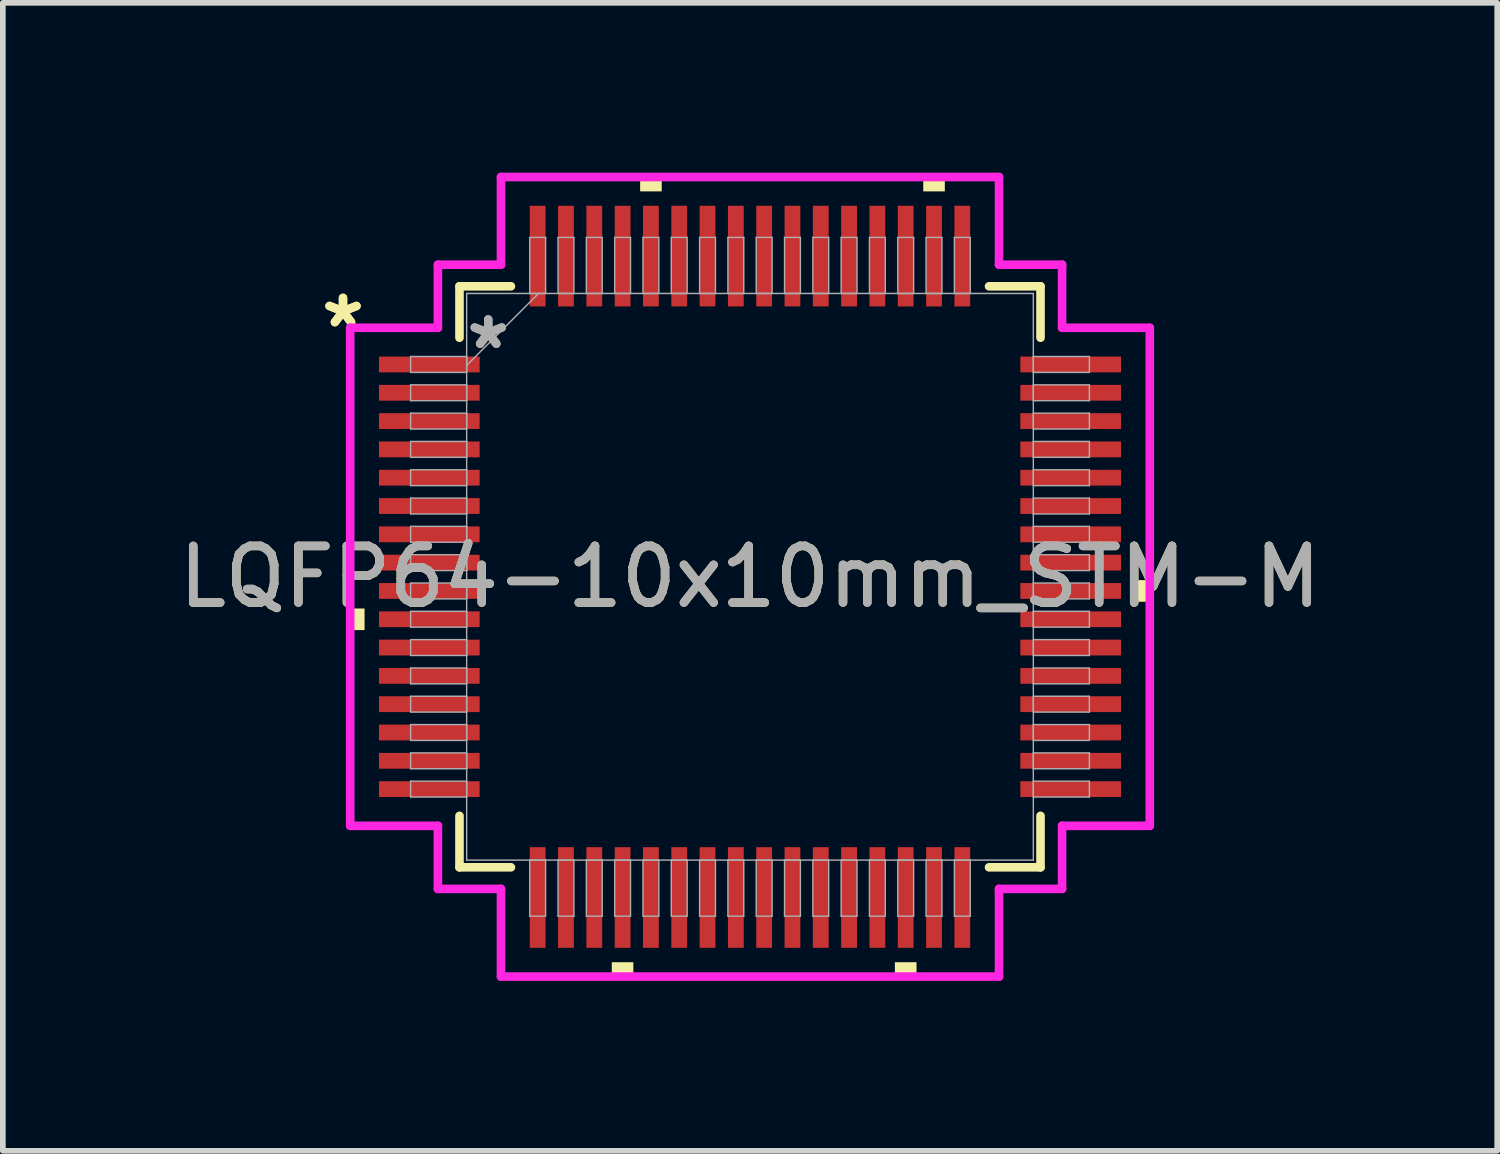
<source format=kicad_pcb>
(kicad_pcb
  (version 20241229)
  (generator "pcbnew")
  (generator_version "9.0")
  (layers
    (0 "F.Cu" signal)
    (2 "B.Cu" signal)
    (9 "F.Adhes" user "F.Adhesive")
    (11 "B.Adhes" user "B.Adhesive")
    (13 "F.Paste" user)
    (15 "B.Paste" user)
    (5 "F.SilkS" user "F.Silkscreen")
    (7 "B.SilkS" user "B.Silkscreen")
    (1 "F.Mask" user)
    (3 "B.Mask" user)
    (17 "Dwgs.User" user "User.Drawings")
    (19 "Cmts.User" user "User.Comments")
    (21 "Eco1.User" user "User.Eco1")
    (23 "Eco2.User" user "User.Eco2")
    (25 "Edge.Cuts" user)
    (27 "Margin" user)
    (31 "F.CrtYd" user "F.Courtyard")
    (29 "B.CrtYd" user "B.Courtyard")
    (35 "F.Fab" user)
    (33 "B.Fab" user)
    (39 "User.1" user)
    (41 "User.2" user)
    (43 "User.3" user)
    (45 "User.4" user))
  (footprint "LQFP64-10x10mm_STM-M"
    (layer "F.Cu")
    (at 10.196 7.137)
    (property "Reference" "LQFP64-10x10mm_STM-M" (at 0 0 0) (unlocked yes) (layer "F.SilkS") (effects (font (size 1 1) (thickness 0.15))))
    (attr smd)
    (fp_line (start -5.131 -5.131) (end -5.131 -4.222) (stroke (width 0.152) (type solid)) (layer "F.SilkS"))
    (fp_line (start -5.131 4.222) (end -5.131 5.131) (stroke (width 0.152) (type solid)) (layer "F.SilkS"))
    (fp_line (start -5.131 5.131) (end -4.222 5.131) (stroke (width 0.152) (type solid)) (layer "F.SilkS"))
    (fp_line (start -4.222 -5.131) (end -5.131 -5.131) (stroke (width 0.152) (type solid)) (layer "F.SilkS"))
    (fp_line (start 4.222 5.131) (end 5.131 5.131) (stroke (width 0.152) (type solid)) (layer "F.SilkS"))
    (fp_line (start 5.131 -5.131) (end 4.222 -5.131) (stroke (width 0.152) (type solid)) (layer "F.SilkS"))
    (fp_line (start 5.131 -4.222) (end 5.131 -5.131) (stroke (width 0.152) (type solid)) (layer "F.SilkS"))
    (fp_line (start 5.131 5.131) (end 5.131 4.222) (stroke (width 0.152) (type solid)) (layer "F.SilkS"))
    (fp_poly (pts (xy -7.061 0.56) (xy -7.061 0.941) (xy -6.807 0.941) (xy -6.807 0.56)) (stroke (width 0) (type solid)) (fill yes) (layer "F.SilkS"))
    (fp_poly (pts (xy -2.441 6.807) (xy -2.441 7.061) (xy -2.06 7.061) (xy -2.06 6.807)) (stroke (width 0) (type solid)) (fill yes) (layer "F.SilkS"))
    (fp_poly (pts (xy -1.94 -6.807) (xy -1.94 -7.061) (xy -1.559 -7.061) (xy -1.559 -6.807)) (stroke (width 0) (type solid)) (fill yes) (layer "F.SilkS"))
    (fp_poly (pts (xy 2.559 6.807) (xy 2.559 7.061) (xy 2.941 7.061) (xy 2.941 6.807)) (stroke (width 0) (type solid)) (fill yes) (layer "F.SilkS"))
    (fp_poly (pts (xy 3.06 -6.807) (xy 3.06 -7.061) (xy 3.441 -7.061) (xy 3.441 -6.807)) (stroke (width 0) (type solid)) (fill yes) (layer "F.SilkS"))
    (fp_poly (pts (xy 7.061 0.059) (xy 7.061 0.441) (xy 6.807 0.441) (xy 6.807 0.059)) (stroke (width 0) (type solid)) (fill yes) (layer "F.SilkS"))
    (fp_line (start -7.061 -4.398) (end -5.512 -4.398) (stroke (width 0.152) (type solid)) (layer "F.CrtYd"))
    (fp_line (start -7.061 4.398) (end -7.061 -4.398) (stroke (width 0.152) (type solid)) (layer "F.CrtYd"))
    (fp_line (start -5.512 -5.512) (end -4.398 -5.512) (stroke (width 0.152) (type solid)) (layer "F.CrtYd"))
    (fp_line (start -5.512 -4.398) (end -5.512 -5.512) (stroke (width 0.152) (type solid)) (layer "F.CrtYd"))
    (fp_line (start -5.512 4.398) (end -7.061 4.398) (stroke (width 0.152) (type solid)) (layer "F.CrtYd"))
    (fp_line (start -5.512 5.512) (end -5.512 4.398) (stroke (width 0.152) (type solid)) (layer "F.CrtYd"))
    (fp_line (start -5.512 5.512) (end -4.398 5.512) (stroke (width 0.152) (type solid)) (layer "F.CrtYd"))
    (fp_line (start -4.398 -7.061) (end 4.398 -7.061) (stroke (width 0.152) (type solid)) (layer "F.CrtYd"))
    (fp_line (start -4.398 -5.512) (end -4.398 -7.061) (stroke (width 0.152) (type solid)) (layer "F.CrtYd"))
    (fp_line (start -4.398 5.512) (end -4.398 7.061) (stroke (width 0.152) (type solid)) (layer "F.CrtYd"))
    (fp_line (start -4.398 7.061) (end 4.398 7.061) (stroke (width 0.152) (type solid)) (layer "F.CrtYd"))
    (fp_line (start 4.398 -7.061) (end 4.398 -5.512) (stroke (width 0.152) (type solid)) (layer "F.CrtYd"))
    (fp_line (start 4.398 -5.512) (end 5.512 -5.512) (stroke (width 0.152) (type solid)) (layer "F.CrtYd"))
    (fp_line (start 4.398 5.512) (end 5.512 5.512) (stroke (width 0.152) (type solid)) (layer "F.CrtYd"))
    (fp_line (start 4.398 7.061) (end 4.398 5.512) (stroke (width 0.152) (type solid)) (layer "F.CrtYd"))
    (fp_line (start 5.512 -4.398) (end 5.512 -5.512) (stroke (width 0.152) (type solid)) (layer "F.CrtYd"))
    (fp_line (start 5.512 4.398) (end 7.061 4.398) (stroke (width 0.152) (type solid)) (layer "F.CrtYd"))
    (fp_line (start 5.512 5.512) (end 5.512 4.398) (stroke (width 0.152) (type solid)) (layer "F.CrtYd"))
    (fp_line (start 7.061 -4.398) (end 5.512 -4.398) (stroke (width 0.152) (type solid)) (layer "F.CrtYd"))
    (fp_line (start 7.061 4.398) (end 7.061 -4.398) (stroke (width 0.152) (type solid)) (layer "F.CrtYd"))
    (fp_line (start -5.994 -3.89) (end -5.994 -3.61) (stroke (width 0.025) (type solid)) (layer "F.Fab"))
    (fp_line (start -5.994 -3.61) (end -5.004 -3.61) (stroke (width 0.025) (type solid)) (layer "F.Fab"))
    (fp_line (start -5.994 -3.39) (end -5.994 -3.11) (stroke (width 0.025) (type solid)) (layer "F.Fab"))
    (fp_line (start -5.994 -3.11) (end -5.004 -3.11) (stroke (width 0.025) (type solid)) (layer "F.Fab"))
    (fp_line (start -5.994 -2.89) (end -5.994 -2.61) (stroke (width 0.025) (type solid)) (layer "F.Fab"))
    (fp_line (start -5.994 -2.61) (end -5.004 -2.61) (stroke (width 0.025) (type solid)) (layer "F.Fab"))
    (fp_line (start -5.994 -2.39) (end -5.994 -2.11) (stroke (width 0.025) (type solid)) (layer "F.Fab"))
    (fp_line (start -5.994 -2.11) (end -5.004 -2.11) (stroke (width 0.025) (type solid)) (layer "F.Fab"))
    (fp_line (start -5.994 -1.89) (end -5.994 -1.61) (stroke (width 0.025) (type solid)) (layer "F.Fab"))
    (fp_line (start -5.994 -1.61) (end -5.004 -1.61) (stroke (width 0.025) (type solid)) (layer "F.Fab"))
    (fp_line (start -5.994 -1.39) (end -5.994 -1.11) (stroke (width 0.025) (type solid)) (layer "F.Fab"))
    (fp_line (start -5.994 -1.11) (end -5.004 -1.11) (stroke (width 0.025) (type solid)) (layer "F.Fab"))
    (fp_line (start -5.994 -0.89) (end -5.994 -0.61) (stroke (width 0.025) (type solid)) (layer "F.Fab"))
    (fp_line (start -5.994 -0.61) (end -5.004 -0.61) (stroke (width 0.025) (type solid)) (layer "F.Fab"))
    (fp_line (start -5.994 -0.39) (end -5.994 -0.11) (stroke (width 0.025) (type solid)) (layer "F.Fab"))
    (fp_line (start -5.994 -0.11) (end -5.004 -0.11) (stroke (width 0.025) (type solid)) (layer "F.Fab"))
    (fp_line (start -5.994 0.11) (end -5.994 0.39) (stroke (width 0.025) (type solid)) (layer "F.Fab"))
    (fp_line (start -5.994 0.39) (end -5.004 0.39) (stroke (width 0.025) (type solid)) (layer "F.Fab"))
    (fp_line (start -5.994 0.61) (end -5.994 0.89) (stroke (width 0.025) (type solid)) (layer "F.Fab"))
    (fp_line (start -5.994 0.89) (end -5.004 0.89) (stroke (width 0.025) (type solid)) (layer "F.Fab"))
    (fp_line (start -5.994 1.11) (end -5.994 1.39) (stroke (width 0.025) (type solid)) (layer "F.Fab"))
    (fp_line (start -5.994 1.39) (end -5.004 1.39) (stroke (width 0.025) (type solid)) (layer "F.Fab"))
    (fp_line (start -5.994 1.61) (end -5.994 1.89) (stroke (width 0.025) (type solid)) (layer "F.Fab"))
    (fp_line (start -5.994 1.89) (end -5.004 1.89) (stroke (width 0.025) (type solid)) (layer "F.Fab"))
    (fp_line (start -5.994 2.11) (end -5.994 2.39) (stroke (width 0.025) (type solid)) (layer "F.Fab"))
    (fp_line (start -5.994 2.39) (end -5.004 2.39) (stroke (width 0.025) (type solid)) (layer "F.Fab"))
    (fp_line (start -5.994 2.61) (end -5.994 2.89) (stroke (width 0.025) (type solid)) (layer "F.Fab"))
    (fp_line (start -5.994 2.89) (end -5.004 2.89) (stroke (width 0.025) (type solid)) (layer "F.Fab"))
    (fp_line (start -5.994 3.11) (end -5.994 3.39) (stroke (width 0.025) (type solid)) (layer "F.Fab"))
    (fp_line (start -5.994 3.39) (end -5.004 3.39) (stroke (width 0.025) (type solid)) (layer "F.Fab"))
    (fp_line (start -5.994 3.61) (end -5.994 3.89) (stroke (width 0.025) (type solid)) (layer "F.Fab"))
    (fp_line (start -5.994 3.89) (end -5.004 3.89) (stroke (width 0.025) (type solid)) (layer "F.Fab"))
    (fp_line (start -5.004 -5.004) (end -5.004 5.004) (stroke (width 0.025) (type solid)) (layer "F.Fab"))
    (fp_line (start -5.004 -3.89) (end -5.994 -3.89) (stroke (width 0.025) (type solid)) (layer "F.Fab"))
    (fp_line (start -5.004 -3.734) (end -3.734 -5.004) (stroke (width 0.025) (type solid)) (layer "F.Fab"))
    (fp_line (start -5.004 -3.61) (end -5.004 -3.89) (stroke (width 0.025) (type solid)) (layer "F.Fab"))
    (fp_line (start -5.004 -3.39) (end -5.994 -3.39) (stroke (width 0.025) (type solid)) (layer "F.Fab"))
    (fp_line (start -5.004 -3.11) (end -5.004 -3.39) (stroke (width 0.025) (type solid)) (layer "F.Fab"))
    (fp_line (start -5.004 -2.89) (end -5.994 -2.89) (stroke (width 0.025) (type solid)) (layer "F.Fab"))
    (fp_line (start -5.004 -2.61) (end -5.004 -2.89) (stroke (width 0.025) (type solid)) (layer "F.Fab"))
    (fp_line (start -5.004 -2.39) (end -5.994 -2.39) (stroke (width 0.025) (type solid)) (layer "F.Fab"))
    (fp_line (start -5.004 -2.11) (end -5.004 -2.39) (stroke (width 0.025) (type solid)) (layer "F.Fab"))
    (fp_line (start -5.004 -1.89) (end -5.994 -1.89) (stroke (width 0.025) (type solid)) (layer "F.Fab"))
    (fp_line (start -5.004 -1.61) (end -5.004 -1.89) (stroke (width 0.025) (type solid)) (layer "F.Fab"))
    (fp_line (start -5.004 -1.39) (end -5.994 -1.39) (stroke (width 0.025) (type solid)) (layer "F.Fab"))
    (fp_line (start -5.004 -1.11) (end -5.004 -1.39) (stroke (width 0.025) (type solid)) (layer "F.Fab"))
    (fp_line (start -5.004 -0.89) (end -5.994 -0.89) (stroke (width 0.025) (type solid)) (layer "F.Fab"))
    (fp_line (start -5.004 -0.61) (end -5.004 -0.89) (stroke (width 0.025) (type solid)) (layer "F.Fab"))
    (fp_line (start -5.004 -0.39) (end -5.994 -0.39) (stroke (width 0.025) (type solid)) (layer "F.Fab"))
    (fp_line (start -5.004 -0.11) (end -5.004 -0.39) (stroke (width 0.025) (type solid)) (layer "F.Fab"))
    (fp_line (start -5.004 0.11) (end -5.994 0.11) (stroke (width 0.025) (type solid)) (layer "F.Fab"))
    (fp_line (start -5.004 0.39) (end -5.004 0.11) (stroke (width 0.025) (type solid)) (layer "F.Fab"))
    (fp_line (start -5.004 0.61) (end -5.994 0.61) (stroke (width 0.025) (type solid)) (layer "F.Fab"))
    (fp_line (start -5.004 0.89) (end -5.004 0.61) (stroke (width 0.025) (type solid)) (layer "F.Fab"))
    (fp_line (start -5.004 1.11) (end -5.994 1.11) (stroke (width 0.025) (type solid)) (layer "F.Fab"))
    (fp_line (start -5.004 1.39) (end -5.004 1.11) (stroke (width 0.025) (type solid)) (layer "F.Fab"))
    (fp_line (start -5.004 1.61) (end -5.994 1.61) (stroke (width 0.025) (type solid)) (layer "F.Fab"))
    (fp_line (start -5.004 1.89) (end -5.004 1.61) (stroke (width 0.025) (type solid)) (layer "F.Fab"))
    (fp_line (start -5.004 2.11) (end -5.994 2.11) (stroke (width 0.025) (type solid)) (layer "F.Fab"))
    (fp_line (start -5.004 2.39) (end -5.004 2.11) (stroke (width 0.025) (type solid)) (layer "F.Fab"))
    (fp_line (start -5.004 2.61) (end -5.994 2.61) (stroke (width 0.025) (type solid)) (layer "F.Fab"))
    (fp_line (start -5.004 2.89) (end -5.004 2.61) (stroke (width 0.025) (type solid)) (layer "F.Fab"))
    (fp_line (start -5.004 3.11) (end -5.994 3.11) (stroke (width 0.025) (type solid)) (layer "F.Fab"))
    (fp_line (start -5.004 3.39) (end -5.004 3.11) (stroke (width 0.025) (type solid)) (layer "F.Fab"))
    (fp_line (start -5.004 3.61) (end -5.994 3.61) (stroke (width 0.025) (type solid)) (layer "F.Fab"))
    (fp_line (start -5.004 3.89) (end -5.004 3.61) (stroke (width 0.025) (type solid)) (layer "F.Fab"))
    (fp_line (start -5.004 5.004) (end 5.004 5.004) (stroke (width 0.025) (type solid)) (layer "F.Fab"))
    (fp_line (start -3.89 -5.994) (end -3.89 -5.004) (stroke (width 0.025) (type solid)) (layer "F.Fab"))
    (fp_line (start -3.89 -5.004) (end -3.61 -5.004) (stroke (width 0.025) (type solid)) (layer "F.Fab"))
    (fp_line (start -3.89 5.004) (end -3.89 5.994) (stroke (width 0.025) (type solid)) (layer "F.Fab"))
    (fp_line (start -3.89 5.994) (end -3.61 5.994) (stroke (width 0.025) (type solid)) (layer "F.Fab"))
    (fp_line (start -3.61 -5.994) (end -3.89 -5.994) (stroke (width 0.025) (type solid)) (layer "F.Fab"))
    (fp_line (start -3.61 -5.004) (end -3.61 -5.994) (stroke (width 0.025) (type solid)) (layer "F.Fab"))
    (fp_line (start -3.61 5.004) (end -3.89 5.004) (stroke (width 0.025) (type solid)) (layer "F.Fab"))
    (fp_line (start -3.61 5.994) (end -3.61 5.004) (stroke (width 0.025) (type solid)) (layer "F.Fab"))
    (fp_line (start -3.39 -5.994) (end -3.39 -5.004) (stroke (width 0.025) (type solid)) (layer "F.Fab"))
    (fp_line (start -3.39 -5.004) (end -3.11 -5.004) (stroke (width 0.025) (type solid)) (layer "F.Fab"))
    (fp_line (start -3.39 5.004) (end -3.39 5.994) (stroke (width 0.025) (type solid)) (layer "F.Fab"))
    (fp_line (start -3.39 5.994) (end -3.11 5.994) (stroke (width 0.025) (type solid)) (layer "F.Fab"))
    (fp_line (start -3.11 -5.994) (end -3.39 -5.994) (stroke (width 0.025) (type solid)) (layer "F.Fab"))
    (fp_line (start -3.11 -5.004) (end -3.11 -5.994) (stroke (width 0.025) (type solid)) (layer "F.Fab"))
    (fp_line (start -3.11 5.004) (end -3.39 5.004) (stroke (width 0.025) (type solid)) (layer "F.Fab"))
    (fp_line (start -3.11 5.994) (end -3.11 5.004) (stroke (width 0.025) (type solid)) (layer "F.Fab"))
    (fp_line (start -2.89 -5.994) (end -2.89 -5.004) (stroke (width 0.025) (type solid)) (layer "F.Fab"))
    (fp_line (start -2.89 -5.004) (end -2.61 -5.004) (stroke (width 0.025) (type solid)) (layer "F.Fab"))
    (fp_line (start -2.89 5.004) (end -2.89 5.994) (stroke (width 0.025) (type solid)) (layer "F.Fab"))
    (fp_line (start -2.89 5.994) (end -2.61 5.994) (stroke (width 0.025) (type solid)) (layer "F.Fab"))
    (fp_line (start -2.61 -5.994) (end -2.89 -5.994) (stroke (width 0.025) (type solid)) (layer "F.Fab"))
    (fp_line (start -2.61 -5.004) (end -2.61 -5.994) (stroke (width 0.025) (type solid)) (layer "F.Fab"))
    (fp_line (start -2.61 5.004) (end -2.89 5.004) (stroke (width 0.025) (type solid)) (layer "F.Fab"))
    (fp_line (start -2.61 5.994) (end -2.61 5.004) (stroke (width 0.025) (type solid)) (layer "F.Fab"))
    (fp_line (start -2.39 -5.994) (end -2.39 -5.004) (stroke (width 0.025) (type solid)) (layer "F.Fab"))
    (fp_line (start -2.39 -5.004) (end -2.11 -5.004) (stroke (width 0.025) (type solid)) (layer "F.Fab"))
    (fp_line (start -2.39 5.004) (end -2.39 5.994) (stroke (width 0.025) (type solid)) (layer "F.Fab"))
    (fp_line (start -2.39 5.994) (end -2.11 5.994) (stroke (width 0.025) (type solid)) (layer "F.Fab"))
    (fp_line (start -2.11 -5.994) (end -2.39 -5.994) (stroke (width 0.025) (type solid)) (layer "F.Fab"))
    (fp_line (start -2.11 -5.004) (end -2.11 -5.994) (stroke (width 0.025) (type solid)) (layer "F.Fab"))
    (fp_line (start -2.11 5.004) (end -2.39 5.004) (stroke (width 0.025) (type solid)) (layer "F.Fab"))
    (fp_line (start -2.11 5.994) (end -2.11 5.004) (stroke (width 0.025) (type solid)) (layer "F.Fab"))
    (fp_line (start -1.89 -5.994) (end -1.89 -5.004) (stroke (width 0.025) (type solid)) (layer "F.Fab"))
    (fp_line (start -1.89 -5.004) (end -1.61 -5.004) (stroke (width 0.025) (type solid)) (layer "F.Fab"))
    (fp_line (start -1.89 5.004) (end -1.89 5.994) (stroke (width 0.025) (type solid)) (layer "F.Fab"))
    (fp_line (start -1.89 5.994) (end -1.61 5.994) (stroke (width 0.025) (type solid)) (layer "F.Fab"))
    (fp_line (start -1.61 -5.994) (end -1.89 -5.994) (stroke (width 0.025) (type solid)) (layer "F.Fab"))
    (fp_line (start -1.61 -5.004) (end -1.61 -5.994) (stroke (width 0.025) (type solid)) (layer "F.Fab"))
    (fp_line (start -1.61 5.004) (end -1.89 5.004) (stroke (width 0.025) (type solid)) (layer "F.Fab"))
    (fp_line (start -1.61 5.994) (end -1.61 5.004) (stroke (width 0.025) (type solid)) (layer "F.Fab"))
    (fp_line (start -1.39 -5.994) (end -1.39 -5.004) (stroke (width 0.025) (type solid)) (layer "F.Fab"))
    (fp_line (start -1.39 -5.004) (end -1.11 -5.004) (stroke (width 0.025) (type solid)) (layer "F.Fab"))
    (fp_line (start -1.39 5.004) (end -1.39 5.994) (stroke (width 0.025) (type solid)) (layer "F.Fab"))
    (fp_line (start -1.39 5.994) (end -1.11 5.994) (stroke (width 0.025) (type solid)) (layer "F.Fab"))
    (fp_line (start -1.11 -5.994) (end -1.39 -5.994) (stroke (width 0.025) (type solid)) (layer "F.Fab"))
    (fp_line (start -1.11 -5.004) (end -1.11 -5.994) (stroke (width 0.025) (type solid)) (layer "F.Fab"))
    (fp_line (start -1.11 5.004) (end -1.39 5.004) (stroke (width 0.025) (type solid)) (layer "F.Fab"))
    (fp_line (start -1.11 5.994) (end -1.11 5.004) (stroke (width 0.025) (type solid)) (layer "F.Fab"))
    (fp_line (start -0.89 -5.994) (end -0.89 -5.004) (stroke (width 0.025) (type solid)) (layer "F.Fab"))
    (fp_line (start -0.89 -5.004) (end -0.61 -5.004) (stroke (width 0.025) (type solid)) (layer "F.Fab"))
    (fp_line (start -0.89 5.004) (end -0.89 5.994) (stroke (width 0.025) (type solid)) (layer "F.Fab"))
    (fp_line (start -0.89 5.994) (end -0.61 5.994) (stroke (width 0.025) (type solid)) (layer "F.Fab"))
    (fp_line (start -0.61 -5.994) (end -0.89 -5.994) (stroke (width 0.025) (type solid)) (layer "F.Fab"))
    (fp_line (start -0.61 -5.004) (end -0.61 -5.994) (stroke (width 0.025) (type solid)) (layer "F.Fab"))
    (fp_line (start -0.61 5.004) (end -0.89 5.004) (stroke (width 0.025) (type solid)) (layer "F.Fab"))
    (fp_line (start -0.61 5.994) (end -0.61 5.004) (stroke (width 0.025) (type solid)) (layer "F.Fab"))
    (fp_line (start -0.39 -5.994) (end -0.39 -5.004) (stroke (width 0.025) (type solid)) (layer "F.Fab"))
    (fp_line (start -0.39 -5.004) (end -0.11 -5.004) (stroke (width 0.025) (type solid)) (layer "F.Fab"))
    (fp_line (start -0.39 5.004) (end -0.39 5.994) (stroke (width 0.025) (type solid)) (layer "F.Fab"))
    (fp_line (start -0.39 5.994) (end -0.11 5.994) (stroke (width 0.025) (type solid)) (layer "F.Fab"))
    (fp_line (start -0.11 -5.994) (end -0.39 -5.994) (stroke (width 0.025) (type solid)) (layer "F.Fab"))
    (fp_line (start -0.11 -5.004) (end -0.11 -5.994) (stroke (width 0.025) (type solid)) (layer "F.Fab"))
    (fp_line (start -0.11 5.004) (end -0.39 5.004) (stroke (width 0.025) (type solid)) (layer "F.Fab"))
    (fp_line (start -0.11 5.994) (end -0.11 5.004) (stroke (width 0.025) (type solid)) (layer "F.Fab"))
    (fp_line (start 0.11 -5.994) (end 0.11 -5.004) (stroke (width 0.025) (type solid)) (layer "F.Fab"))
    (fp_line (start 0.11 -5.004) (end 0.39 -5.004) (stroke (width 0.025) (type solid)) (layer "F.Fab"))
    (fp_line (start 0.11 5.004) (end 0.11 5.994) (stroke (width 0.025) (type solid)) (layer "F.Fab"))
    (fp_line (start 0.11 5.994) (end 0.39 5.994) (stroke (width 0.025) (type solid)) (layer "F.Fab"))
    (fp_line (start 0.39 -5.994) (end 0.11 -5.994) (stroke (width 0.025) (type solid)) (layer "F.Fab"))
    (fp_line (start 0.39 -5.004) (end 0.39 -5.994) (stroke (width 0.025) (type solid)) (layer "F.Fab"))
    (fp_line (start 0.39 5.004) (end 0.11 5.004) (stroke (width 0.025) (type solid)) (layer "F.Fab"))
    (fp_line (start 0.39 5.994) (end 0.39 5.004) (stroke (width 0.025) (type solid)) (layer "F.Fab"))
    (fp_line (start 0.61 -5.994) (end 0.61 -5.004) (stroke (width 0.025) (type solid)) (layer "F.Fab"))
    (fp_line (start 0.61 -5.004) (end 0.89 -5.004) (stroke (width 0.025) (type solid)) (layer "F.Fab"))
    (fp_line (start 0.61 5.004) (end 0.61 5.994) (stroke (width 0.025) (type solid)) (layer "F.Fab"))
    (fp_line (start 0.61 5.994) (end 0.89 5.994) (stroke (width 0.025) (type solid)) (layer "F.Fab"))
    (fp_line (start 0.89 -5.994) (end 0.61 -5.994) (stroke (width 0.025) (type solid)) (layer "F.Fab"))
    (fp_line (start 0.89 -5.004) (end 0.89 -5.994) (stroke (width 0.025) (type solid)) (layer "F.Fab"))
    (fp_line (start 0.89 5.004) (end 0.61 5.004) (stroke (width 0.025) (type solid)) (layer "F.Fab"))
    (fp_line (start 0.89 5.994) (end 0.89 5.004) (stroke (width 0.025) (type solid)) (layer "F.Fab"))
    (fp_line (start 1.11 -5.994) (end 1.11 -5.004) (stroke (width 0.025) (type solid)) (layer "F.Fab"))
    (fp_line (start 1.11 -5.004) (end 1.39 -5.004) (stroke (width 0.025) (type solid)) (layer "F.Fab"))
    (fp_line (start 1.11 5.004) (end 1.11 5.994) (stroke (width 0.025) (type solid)) (layer "F.Fab"))
    (fp_line (start 1.11 5.994) (end 1.39 5.994) (stroke (width 0.025) (type solid)) (layer "F.Fab"))
    (fp_line (start 1.39 -5.994) (end 1.11 -5.994) (stroke (width 0.025) (type solid)) (layer "F.Fab"))
    (fp_line (start 1.39 -5.004) (end 1.39 -5.994) (stroke (width 0.025) (type solid)) (layer "F.Fab"))
    (fp_line (start 1.39 5.004) (end 1.11 5.004) (stroke (width 0.025) (type solid)) (layer "F.Fab"))
    (fp_line (start 1.39 5.994) (end 1.39 5.004) (stroke (width 0.025) (type solid)) (layer "F.Fab"))
    (fp_line (start 1.61 -5.994) (end 1.61 -5.004) (stroke (width 0.025) (type solid)) (layer "F.Fab"))
    (fp_line (start 1.61 -5.004) (end 1.89 -5.004) (stroke (width 0.025) (type solid)) (layer "F.Fab"))
    (fp_line (start 1.61 5.004) (end 1.61 5.994) (stroke (width 0.025) (type solid)) (layer "F.Fab"))
    (fp_line (start 1.61 5.994) (end 1.89 5.994) (stroke (width 0.025) (type solid)) (layer "F.Fab"))
    (fp_line (start 1.89 -5.994) (end 1.61 -5.994) (stroke (width 0.025) (type solid)) (layer "F.Fab"))
    (fp_line (start 1.89 -5.004) (end 1.89 -5.994) (stroke (width 0.025) (type solid)) (layer "F.Fab"))
    (fp_line (start 1.89 5.004) (end 1.61 5.004) (stroke (width 0.025) (type solid)) (layer "F.Fab"))
    (fp_line (start 1.89 5.994) (end 1.89 5.004) (stroke (width 0.025) (type solid)) (layer "F.Fab"))
    (fp_line (start 2.11 -5.994) (end 2.11 -5.004) (stroke (width 0.025) (type solid)) (layer "F.Fab"))
    (fp_line (start 2.11 -5.004) (end 2.39 -5.004) (stroke (width 0.025) (type solid)) (layer "F.Fab"))
    (fp_line (start 2.11 5.004) (end 2.11 5.994) (stroke (width 0.025) (type solid)) (layer "F.Fab"))
    (fp_line (start 2.11 5.994) (end 2.39 5.994) (stroke (width 0.025) (type solid)) (layer "F.Fab"))
    (fp_line (start 2.39 -5.994) (end 2.11 -5.994) (stroke (width 0.025) (type solid)) (layer "F.Fab"))
    (fp_line (start 2.39 -5.004) (end 2.39 -5.994) (stroke (width 0.025) (type solid)) (layer "F.Fab"))
    (fp_line (start 2.39 5.004) (end 2.11 5.004) (stroke (width 0.025) (type solid)) (layer "F.Fab"))
    (fp_line (start 2.39 5.994) (end 2.39 5.004) (stroke (width 0.025) (type solid)) (layer "F.Fab"))
    (fp_line (start 2.61 -5.994) (end 2.61 -5.004) (stroke (width 0.025) (type solid)) (layer "F.Fab"))
    (fp_line (start 2.61 -5.004) (end 2.89 -5.004) (stroke (width 0.025) (type solid)) (layer "F.Fab"))
    (fp_line (start 2.61 5.004) (end 2.61 5.994) (stroke (width 0.025) (type solid)) (layer "F.Fab"))
    (fp_line (start 2.61 5.994) (end 2.89 5.994) (stroke (width 0.025) (type solid)) (layer "F.Fab"))
    (fp_line (start 2.89 -5.994) (end 2.61 -5.994) (stroke (width 0.025) (type solid)) (layer "F.Fab"))
    (fp_line (start 2.89 -5.004) (end 2.89 -5.994) (stroke (width 0.025) (type solid)) (layer "F.Fab"))
    (fp_line (start 2.89 5.004) (end 2.61 5.004) (stroke (width 0.025) (type solid)) (layer "F.Fab"))
    (fp_line (start 2.89 5.994) (end 2.89 5.004) (stroke (width 0.025) (type solid)) (layer "F.Fab"))
    (fp_line (start 3.11 -5.994) (end 3.11 -5.004) (stroke (width 0.025) (type solid)) (layer "F.Fab"))
    (fp_line (start 3.11 -5.004) (end 3.39 -5.004) (stroke (width 0.025) (type solid)) (layer "F.Fab"))
    (fp_line (start 3.11 5.004) (end 3.11 5.994) (stroke (width 0.025) (type solid)) (layer "F.Fab"))
    (fp_line (start 3.11 5.994) (end 3.39 5.994) (stroke (width 0.025) (type solid)) (layer "F.Fab"))
    (fp_line (start 3.39 -5.994) (end 3.11 -5.994) (stroke (width 0.025) (type solid)) (layer "F.Fab"))
    (fp_line (start 3.39 -5.004) (end 3.39 -5.994) (stroke (width 0.025) (type solid)) (layer "F.Fab"))
    (fp_line (start 3.39 5.004) (end 3.11 5.004) (stroke (width 0.025) (type solid)) (layer "F.Fab"))
    (fp_line (start 3.39 5.994) (end 3.39 5.004) (stroke (width 0.025) (type solid)) (layer "F.Fab"))
    (fp_line (start 3.61 -5.994) (end 3.61 -5.004) (stroke (width 0.025) (type solid)) (layer "F.Fab"))
    (fp_line (start 3.61 -5.004) (end 3.89 -5.004) (stroke (width 0.025) (type solid)) (layer "F.Fab"))
    (fp_line (start 3.61 5.004) (end 3.61 5.994) (stroke (width 0.025) (type solid)) (layer "F.Fab"))
    (fp_line (start 3.61 5.994) (end 3.89 5.994) (stroke (width 0.025) (type solid)) (layer "F.Fab"))
    (fp_line (start 3.89 -5.994) (end 3.61 -5.994) (stroke (width 0.025) (type solid)) (layer "F.Fab"))
    (fp_line (start 3.89 -5.004) (end 3.89 -5.994) (stroke (width 0.025) (type solid)) (layer "F.Fab"))
    (fp_line (start 3.89 5.004) (end 3.61 5.004) (stroke (width 0.025) (type solid)) (layer "F.Fab"))
    (fp_line (start 3.89 5.994) (end 3.89 5.004) (stroke (width 0.025) (type solid)) (layer "F.Fab"))
    (fp_line (start 5.004 -5.004) (end -5.004 -5.004) (stroke (width 0.025) (type solid)) (layer "F.Fab"))
    (fp_line (start 5.004 -3.89) (end 5.004 -3.61) (stroke (width 0.025) (type solid)) (layer "F.Fab"))
    (fp_line (start 5.004 -3.61) (end 5.994 -3.61) (stroke (width 0.025) (type solid)) (layer "F.Fab"))
    (fp_line (start 5.004 -3.39) (end 5.004 -3.11) (stroke (width 0.025) (type solid)) (layer "F.Fab"))
    (fp_line (start 5.004 -3.11) (end 5.994 -3.11) (stroke (width 0.025) (type solid)) (layer "F.Fab"))
    (fp_line (start 5.004 -2.89) (end 5.004 -2.61) (stroke (width 0.025) (type solid)) (layer "F.Fab"))
    (fp_line (start 5.004 -2.61) (end 5.994 -2.61) (stroke (width 0.025) (type solid)) (layer "F.Fab"))
    (fp_line (start 5.004 -2.39) (end 5.004 -2.11) (stroke (width 0.025) (type solid)) (layer "F.Fab"))
    (fp_line (start 5.004 -2.11) (end 5.994 -2.11) (stroke (width 0.025) (type solid)) (layer "F.Fab"))
    (fp_line (start 5.004 -1.89) (end 5.004 -1.61) (stroke (width 0.025) (type solid)) (layer "F.Fab"))
    (fp_line (start 5.004 -1.61) (end 5.994 -1.61) (stroke (width 0.025) (type solid)) (layer "F.Fab"))
    (fp_line (start 5.004 -1.39) (end 5.004 -1.11) (stroke (width 0.025) (type solid)) (layer "F.Fab"))
    (fp_line (start 5.004 -1.11) (end 5.994 -1.11) (stroke (width 0.025) (type solid)) (layer "F.Fab"))
    (fp_line (start 5.004 -0.89) (end 5.004 -0.61) (stroke (width 0.025) (type solid)) (layer "F.Fab"))
    (fp_line (start 5.004 -0.61) (end 5.994 -0.61) (stroke (width 0.025) (type solid)) (layer "F.Fab"))
    (fp_line (start 5.004 -0.39) (end 5.004 -0.11) (stroke (width 0.025) (type solid)) (layer "F.Fab"))
    (fp_line (start 5.004 -0.11) (end 5.994 -0.11) (stroke (width 0.025) (type solid)) (layer "F.Fab"))
    (fp_line (start 5.004 0.11) (end 5.004 0.39) (stroke (width 0.025) (type solid)) (layer "F.Fab"))
    (fp_line (start 5.004 0.39) (end 5.994 0.39) (stroke (width 0.025) (type solid)) (layer "F.Fab"))
    (fp_line (start 5.004 0.61) (end 5.004 0.89) (stroke (width 0.025) (type solid)) (layer "F.Fab"))
    (fp_line (start 5.004 0.89) (end 5.994 0.89) (stroke (width 0.025) (type solid)) (layer "F.Fab"))
    (fp_line (start 5.004 1.11) (end 5.004 1.39) (stroke (width 0.025) (type solid)) (layer "F.Fab"))
    (fp_line (start 5.004 1.39) (end 5.994 1.39) (stroke (width 0.025) (type solid)) (layer "F.Fab"))
    (fp_line (start 5.004 1.61) (end 5.004 1.89) (stroke (width 0.025) (type solid)) (layer "F.Fab"))
    (fp_line (start 5.004 1.89) (end 5.994 1.89) (stroke (width 0.025) (type solid)) (layer "F.Fab"))
    (fp_line (start 5.004 2.11) (end 5.004 2.39) (stroke (width 0.025) (type solid)) (layer "F.Fab"))
    (fp_line (start 5.004 2.39) (end 5.994 2.39) (stroke (width 0.025) (type solid)) (layer "F.Fab"))
    (fp_line (start 5.004 2.61) (end 5.004 2.89) (stroke (width 0.025) (type solid)) (layer "F.Fab"))
    (fp_line (start 5.004 2.89) (end 5.994 2.89) (stroke (width 0.025) (type solid)) (layer "F.Fab"))
    (fp_line (start 5.004 3.11) (end 5.004 3.39) (stroke (width 0.025) (type solid)) (layer "F.Fab"))
    (fp_line (start 5.004 3.39) (end 5.994 3.39) (stroke (width 0.025) (type solid)) (layer "F.Fab"))
    (fp_line (start 5.004 3.61) (end 5.004 3.89) (stroke (width 0.025) (type solid)) (layer "F.Fab"))
    (fp_line (start 5.004 3.89) (end 5.994 3.89) (stroke (width 0.025) (type solid)) (layer "F.Fab"))
    (fp_line (start 5.004 5.004) (end 5.004 -5.004) (stroke (width 0.025) (type solid)) (layer "F.Fab"))
    (fp_line (start 5.994 -3.89) (end 5.004 -3.89) (stroke (width 0.025) (type solid)) (layer "F.Fab"))
    (fp_line (start 5.994 -3.61) (end 5.994 -3.89) (stroke (width 0.025) (type solid)) (layer "F.Fab"))
    (fp_line (start 5.994 -3.39) (end 5.004 -3.39) (stroke (width 0.025) (type solid)) (layer "F.Fab"))
    (fp_line (start 5.994 -3.11) (end 5.994 -3.39) (stroke (width 0.025) (type solid)) (layer "F.Fab"))
    (fp_line (start 5.994 -2.89) (end 5.004 -2.89) (stroke (width 0.025) (type solid)) (layer "F.Fab"))
    (fp_line (start 5.994 -2.61) (end 5.994 -2.89) (stroke (width 0.025) (type solid)) (layer "F.Fab"))
    (fp_line (start 5.994 -2.39) (end 5.004 -2.39) (stroke (width 0.025) (type solid)) (layer "F.Fab"))
    (fp_line (start 5.994 -2.11) (end 5.994 -2.39) (stroke (width 0.025) (type solid)) (layer "F.Fab"))
    (fp_line (start 5.994 -1.89) (end 5.004 -1.89) (stroke (width 0.025) (type solid)) (layer "F.Fab"))
    (fp_line (start 5.994 -1.61) (end 5.994 -1.89) (stroke (width 0.025) (type solid)) (layer "F.Fab"))
    (fp_line (start 5.994 -1.39) (end 5.004 -1.39) (stroke (width 0.025) (type solid)) (layer "F.Fab"))
    (fp_line (start 5.994 -1.11) (end 5.994 -1.39) (stroke (width 0.025) (type solid)) (layer "F.Fab"))
    (fp_line (start 5.994 -0.89) (end 5.004 -0.89) (stroke (width 0.025) (type solid)) (layer "F.Fab"))
    (fp_line (start 5.994 -0.61) (end 5.994 -0.89) (stroke (width 0.025) (type solid)) (layer "F.Fab"))
    (fp_line (start 5.994 -0.39) (end 5.004 -0.39) (stroke (width 0.025) (type solid)) (layer "F.Fab"))
    (fp_line (start 5.994 -0.11) (end 5.994 -0.39) (stroke (width 0.025) (type solid)) (layer "F.Fab"))
    (fp_line (start 5.994 0.11) (end 5.004 0.11) (stroke (width 0.025) (type solid)) (layer "F.Fab"))
    (fp_line (start 5.994 0.39) (end 5.994 0.11) (stroke (width 0.025) (type solid)) (layer "F.Fab"))
    (fp_line (start 5.994 0.61) (end 5.004 0.61) (stroke (width 0.025) (type solid)) (layer "F.Fab"))
    (fp_line (start 5.994 0.89) (end 5.994 0.61) (stroke (width 0.025) (type solid)) (layer "F.Fab"))
    (fp_line (start 5.994 1.11) (end 5.004 1.11) (stroke (width 0.025) (type solid)) (layer "F.Fab"))
    (fp_line (start 5.994 1.39) (end 5.994 1.11) (stroke (width 0.025) (type solid)) (layer "F.Fab"))
    (fp_line (start 5.994 1.61) (end 5.004 1.61) (stroke (width 0.025) (type solid)) (layer "F.Fab"))
    (fp_line (start 5.994 1.89) (end 5.994 1.61) (stroke (width 0.025) (type solid)) (layer "F.Fab"))
    (fp_line (start 5.994 2.11) (end 5.004 2.11) (stroke (width 0.025) (type solid)) (layer "F.Fab"))
    (fp_line (start 5.994 2.39) (end 5.994 2.11) (stroke (width 0.025) (type solid)) (layer "F.Fab"))
    (fp_line (start 5.994 2.61) (end 5.004 2.61) (stroke (width 0.025) (type solid)) (layer "F.Fab"))
    (fp_line (start 5.994 2.89) (end 5.994 2.61) (stroke (width 0.025) (type solid)) (layer "F.Fab"))
    (fp_line (start 5.994 3.11) (end 5.004 3.11) (stroke (width 0.025) (type solid)) (layer "F.Fab"))
    (fp_line (start 5.994 3.39) (end 5.994 3.11) (stroke (width 0.025) (type solid)) (layer "F.Fab"))
    (fp_line (start 5.994 3.61) (end 5.004 3.61) (stroke (width 0.025) (type solid)) (layer "F.Fab"))
    (fp_line (start 5.994 3.89) (end 5.994 3.61) (stroke (width 0.025) (type solid)) (layer "F.Fab"))
    (fp_text user "*" (at -7.188 -4.381 0) (layer "F.SilkS") (effects (font (size 1 1) (thickness 0.15))))
    (fp_text user "*" (at -7.188 -4.381 0) (unlocked yes) (layer "F.SilkS") (effects (font (size 1 1) (thickness 0.15))))
    (fp_text user "${REFERENCE}" (at 0 0 0) (unlocked yes) (layer "F.Fab") (effects (font (size 1 1) (thickness 0.15))))
    (fp_text user "*" (at -4.623 -4 0) (unlocked yes) (layer "F.Fab") (effects (font (size 1 1) (thickness 0.15))))
    (fp_text user "*" (at -4.623 -4 0) (layer "F.Fab") (effects (font (size 1 1) (thickness 0.15))))
    (pad "1" smd rect (at -5.664 -3.75 90) (size 0.279 1.778) (layers "F.Cu" "F.Mask" "F.Paste"))
    (pad "2" smd rect (at -5.664 -3.25 90) (size 0.279 1.778) (layers "F.Cu" "F.Mask" "F.Paste"))
    (pad "3" smd rect (at -5.664 -2.75 90) (size 0.279 1.778) (layers "F.Cu" "F.Mask" "F.Paste"))
    (pad "4" smd rect (at -5.664 -2.25 90) (size 0.279 1.778) (layers "F.Cu" "F.Mask" "F.Paste"))
    (pad "5" smd rect (at -5.664 -1.75 90) (size 0.279 1.778) (layers "F.Cu" "F.Mask" "F.Paste"))
    (pad "6" smd rect (at -5.664 -1.25 90) (size 0.279 1.778) (layers "F.Cu" "F.Mask" "F.Paste"))
    (pad "7" smd rect (at -5.664 -0.75 90) (size 0.279 1.778) (layers "F.Cu" "F.Mask" "F.Paste"))
    (pad "8" smd rect (at -5.664 -0.25 90) (size 0.279 1.778) (layers "F.Cu" "F.Mask" "F.Paste"))
    (pad "9" smd rect (at -5.664 0.25 90) (size 0.279 1.778) (layers "F.Cu" "F.Mask" "F.Paste"))
    (pad "10" smd rect (at -5.664 0.75 90) (size 0.279 1.778) (layers "F.Cu" "F.Mask" "F.Paste"))
    (pad "11" smd rect (at -5.664 1.25 90) (size 0.279 1.778) (layers "F.Cu" "F.Mask" "F.Paste"))
    (pad "12" smd rect (at -5.664 1.75 90) (size 0.279 1.778) (layers "F.Cu" "F.Mask" "F.Paste"))
    (pad "13" smd rect (at -5.664 2.25 90) (size 0.279 1.778) (layers "F.Cu" "F.Mask" "F.Paste"))
    (pad "14" smd rect (at -5.664 2.75 90) (size 0.279 1.778) (layers "F.Cu" "F.Mask" "F.Paste"))
    (pad "15" smd rect (at -5.664 3.25 90) (size 0.279 1.778) (layers "F.Cu" "F.Mask" "F.Paste"))
    (pad "16" smd rect (at -5.664 3.75 90) (size 0.279 1.778) (layers "F.Cu" "F.Mask" "F.Paste"))
    (pad "17" smd rect (at -3.75 5.664) (size 0.279 1.778) (layers "F.Cu" "F.Mask" "F.Paste"))
    (pad "18" smd rect (at -3.25 5.664) (size 0.279 1.778) (layers "F.Cu" "F.Mask" "F.Paste"))
    (pad "19" smd rect (at -2.75 5.664) (size 0.279 1.778) (layers "F.Cu" "F.Mask" "F.Paste"))
    (pad "20" smd rect (at -2.25 5.664) (size 0.279 1.778) (layers "F.Cu" "F.Mask" "F.Paste"))
    (pad "21" smd rect (at -1.75 5.664) (size 0.279 1.778) (layers "F.Cu" "F.Mask" "F.Paste"))
    (pad "22" smd rect (at -1.25 5.664) (size 0.279 1.778) (layers "F.Cu" "F.Mask" "F.Paste"))
    (pad "23" smd rect (at -0.75 5.664) (size 0.279 1.778) (layers "F.Cu" "F.Mask" "F.Paste"))
    (pad "24" smd rect (at -0.25 5.664) (size 0.279 1.778) (layers "F.Cu" "F.Mask" "F.Paste"))
    (pad "25" smd rect (at 0.25 5.664) (size 0.279 1.778) (layers "F.Cu" "F.Mask" "F.Paste"))
    (pad "26" smd rect (at 0.75 5.664) (size 0.279 1.778) (layers "F.Cu" "F.Mask" "F.Paste"))
    (pad "27" smd rect (at 1.25 5.664) (size 0.279 1.778) (layers "F.Cu" "F.Mask" "F.Paste"))
    (pad "28" smd rect (at 1.75 5.664) (size 0.279 1.778) (layers "F.Cu" "F.Mask" "F.Paste"))
    (pad "29" smd rect (at 2.25 5.664) (size 0.279 1.778) (layers "F.Cu" "F.Mask" "F.Paste"))
    (pad "30" smd rect (at 2.75 5.664) (size 0.279 1.778) (layers "F.Cu" "F.Mask" "F.Paste"))
    (pad "31" smd rect (at 3.25 5.664) (size 0.279 1.778) (layers "F.Cu" "F.Mask" "F.Paste"))
    (pad "32" smd rect (at 3.75 5.664) (size 0.279 1.778) (layers "F.Cu" "F.Mask" "F.Paste"))
    (pad "33" smd rect (at 5.664 3.75 90) (size 0.279 1.778) (layers "F.Cu" "F.Mask" "F.Paste"))
    (pad "34" smd rect (at 5.664 3.25 90) (size 0.279 1.778) (layers "F.Cu" "F.Mask" "F.Paste"))
    (pad "35" smd rect (at 5.664 2.75 90) (size 0.279 1.778) (layers "F.Cu" "F.Mask" "F.Paste"))
    (pad "36" smd rect (at 5.664 2.25 90) (size 0.279 1.778) (layers "F.Cu" "F.Mask" "F.Paste"))
    (pad "37" smd rect (at 5.664 1.75 90) (size 0.279 1.778) (layers "F.Cu" "F.Mask" "F.Paste"))
    (pad "38" smd rect (at 5.664 1.25 90) (size 0.279 1.778) (layers "F.Cu" "F.Mask" "F.Paste"))
    (pad "39" smd rect (at 5.664 0.75 90) (size 0.279 1.778) (layers "F.Cu" "F.Mask" "F.Paste"))
    (pad "40" smd rect (at 5.664 0.25 90) (size 0.279 1.778) (layers "F.Cu" "F.Mask" "F.Paste"))
    (pad "41" smd rect (at 5.664 -0.25 90) (size 0.279 1.778) (layers "F.Cu" "F.Mask" "F.Paste"))
    (pad "42" smd rect (at 5.664 -0.75 90) (size 0.279 1.778) (layers "F.Cu" "F.Mask" "F.Paste"))
    (pad "43" smd rect (at 5.664 -1.25 90) (size 0.279 1.778) (layers "F.Cu" "F.Mask" "F.Paste"))
    (pad "44" smd rect (at 5.664 -1.75 90) (size 0.279 1.778) (layers "F.Cu" "F.Mask" "F.Paste"))
    (pad "45" smd rect (at 5.664 -2.25 90) (size 0.279 1.778) (layers "F.Cu" "F.Mask" "F.Paste"))
    (pad "46" smd rect (at 5.664 -2.75 90) (size 0.279 1.778) (layers "F.Cu" "F.Mask" "F.Paste"))
    (pad "47" smd rect (at 5.664 -3.25 90) (size 0.279 1.778) (layers "F.Cu" "F.Mask" "F.Paste"))
    (pad "48" smd rect (at 5.664 -3.75 90) (size 0.279 1.778) (layers "F.Cu" "F.Mask" "F.Paste"))
    (pad "49" smd rect (at 3.75 -5.664) (size 0.279 1.778) (layers "F.Cu" "F.Mask" "F.Paste"))
    (pad "50" smd rect (at 3.25 -5.664) (size 0.279 1.778) (layers "F.Cu" "F.Mask" "F.Paste"))
    (pad "51" smd rect (at 2.75 -5.664) (size 0.279 1.778) (layers "F.Cu" "F.Mask" "F.Paste"))
    (pad "52" smd rect (at 2.25 -5.664) (size 0.279 1.778) (layers "F.Cu" "F.Mask" "F.Paste"))
    (pad "53" smd rect (at 1.75 -5.664) (size 0.279 1.778) (layers "F.Cu" "F.Mask" "F.Paste"))
    (pad "54" smd rect (at 1.25 -5.664) (size 0.279 1.778) (layers "F.Cu" "F.Mask" "F.Paste"))
    (pad "55" smd rect (at 0.75 -5.664) (size 0.279 1.778) (layers "F.Cu" "F.Mask" "F.Paste"))
    (pad "56" smd rect (at 0.25 -5.664) (size 0.279 1.778) (layers "F.Cu" "F.Mask" "F.Paste"))
    (pad "57" smd rect (at -0.25 -5.664) (size 0.279 1.778) (layers "F.Cu" "F.Mask" "F.Paste"))
    (pad "58" smd rect (at -0.75 -5.664) (size 0.279 1.778) (layers "F.Cu" "F.Mask" "F.Paste"))
    (pad "59" smd rect (at -1.25 -5.664) (size 0.279 1.778) (layers "F.Cu" "F.Mask" "F.Paste"))
    (pad "60" smd rect (at -1.75 -5.664) (size 0.279 1.778) (layers "F.Cu" "F.Mask" "F.Paste"))
    (pad "61" smd rect (at -2.25 -5.664) (size 0.279 1.778) (layers "F.Cu" "F.Mask" "F.Paste"))
    (pad "62" smd rect (at -2.75 -5.664) (size 0.279 1.778) (layers "F.Cu" "F.Mask" "F.Paste"))
    (pad "63" smd rect (at -3.25 -5.664) (size 0.279 1.778) (layers "F.Cu" "F.Mask" "F.Paste"))
    (pad "64" smd rect (at -3.75 -5.664) (size 0.279 1.778) (layers "F.Cu" "F.Mask" "F.Paste")))
  (gr_rect
    (start -3 -3)
    (end 23.393 17.275)
    (stroke (width 0.1) (type default))
    (fill no)
    (layer "Edge.Cuts")))
</source>
